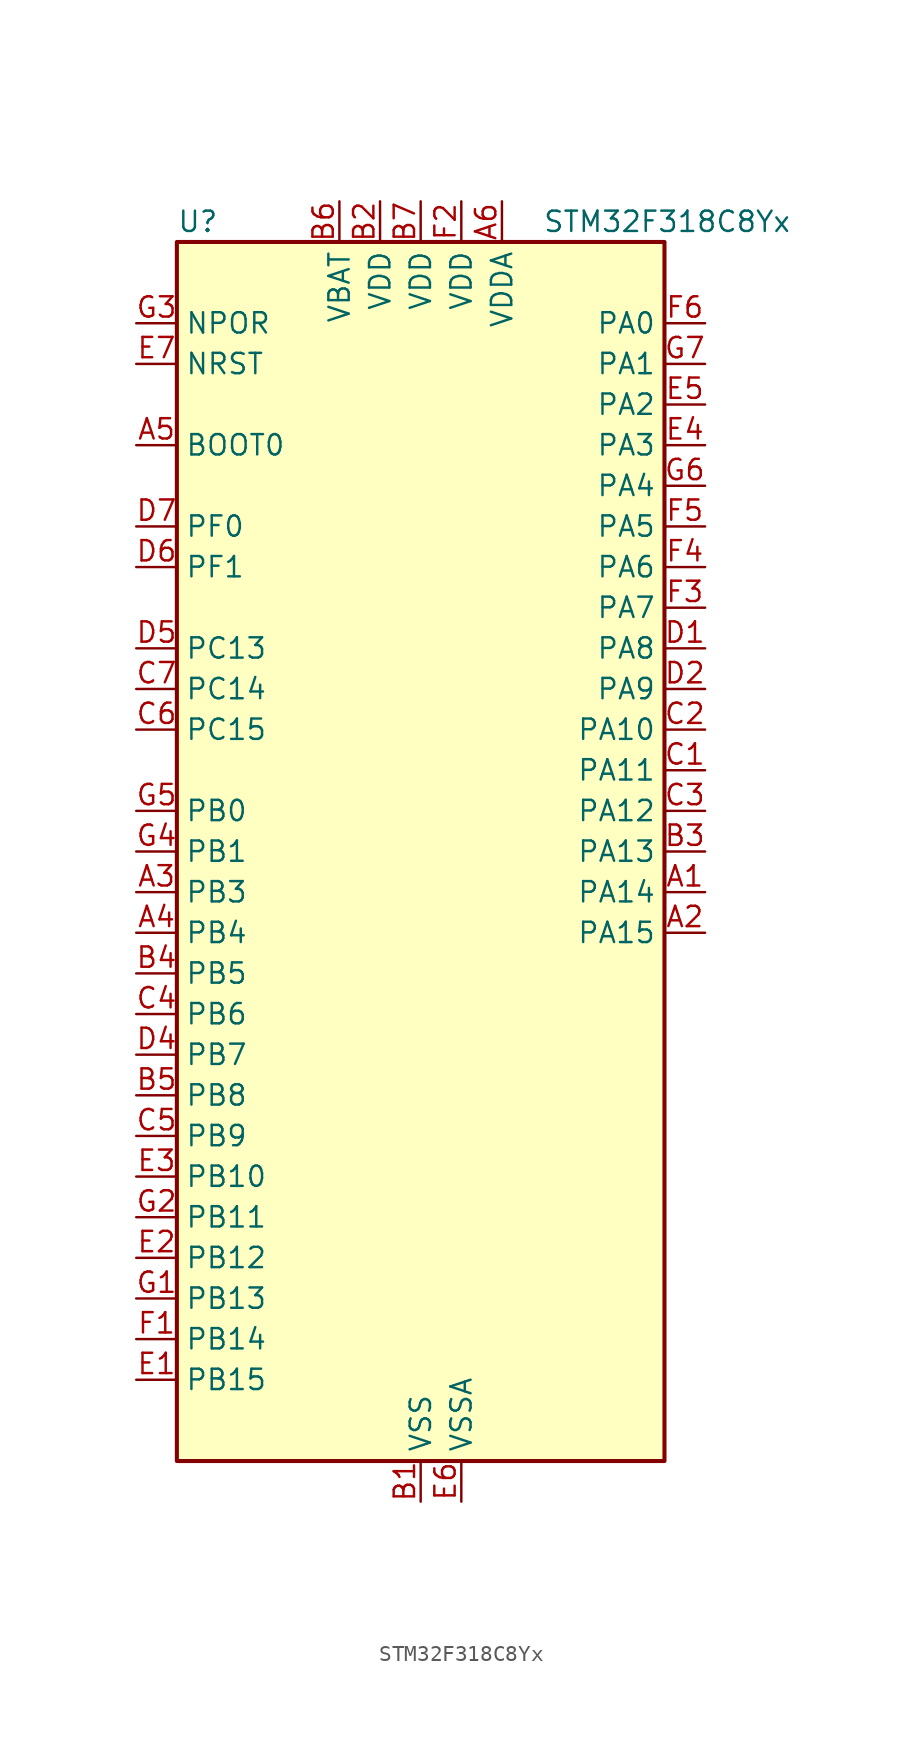
<source format=kicad_sym>
(kicad_symbol_lib
  (version 20241209)
  (generator "kicad_symbol_editor")
  (generator_version "9.0")
  (symbol "STM32F318C8Yx"
    (property "Reference" "U"
      (at -15.24 39.37 0)
      (effects (font (size 1.27 1.27)) (justify left)))
    (property "Value" "STM32F318C8Yx"
      (at 7.62 39.37 0)
      (effects (font (size 1.27 1.27)) (justify left)))
    (symbol "STM32F318C8Yx_0_1"
      (rectangle (start -15.24 -38.1) (end 15.24 38.1) (stroke (width 0.254) (type default)) (fill (type background))))
    (symbol "STM32F318C8Yx_1_1"
      (pin input line (at -17.78 33.02 0) (length 2.54) (name "NPOR" (effects (font (size 1.27 1.27)))) (number "G3" (effects (font (size 1.27 1.27)))))
      (pin input line (at -17.78 30.48 0) (length 2.54) (name "NRST" (effects (font (size 1.27 1.27)))) (number "E7" (effects (font (size 1.27 1.27)))))
      (pin input line (at -17.78 25.4 0) (length 2.54) (name "BOOT0" (effects (font (size 1.27 1.27)))) (number "A5" (effects (font (size 1.27 1.27)))))
      (pin bidirectional line (at -17.78 20.32 0) (length 2.54) (name "PF0" (effects (font (size 1.27 1.27)))) (number "D7" (effects (font (size 1.27 1.27)))) (alternate "I2C2_SDA" bidirectional line) (alternate "I2S2_WS" bidirectional line) (alternate "RCC_OSC_IN" bidirectional line) (alternate "SPI2_NSS" bidirectional line) (alternate "TIM1_CH3N" bidirectional line))
      (pin bidirectional line (at -17.78 17.78 0) (length 2.54) (name "PF1" (effects (font (size 1.27 1.27)))) (number "D6" (effects (font (size 1.27 1.27)))) (alternate "I2C2_SCL" bidirectional line) (alternate "I2S2_CK" bidirectional line) (alternate "RCC_OSC_OUT" bidirectional line) (alternate "SPI2_SCK" bidirectional line))
      (pin bidirectional line (at -17.78 12.7 0) (length 2.54) (name "PC13" (effects (font (size 1.27 1.27)))) (number "D5" (effects (font (size 1.27 1.27)))) (alternate "RTC_OUT_ALARM" bidirectional line) (alternate "RTC_OUT_CALIB" bidirectional line) (alternate "RTC_TAMP1" bidirectional line) (alternate "RTC_TS" bidirectional line) (alternate "SYS_WKUP2" bidirectional line) (alternate "TIM1_CH1N" bidirectional line))
      (pin bidirectional line (at -17.78 10.16 0) (length 2.54) (name "PC14" (effects (font (size 1.27 1.27)))) (number "C7" (effects (font (size 1.27 1.27)))) (alternate "RCC_OSC32_IN" bidirectional line))
      (pin bidirectional line (at -17.78 7.62 0) (length 2.54) (name "PC15" (effects (font (size 1.27 1.27)))) (number "C6" (effects (font (size 1.27 1.27)))) (alternate "ADC1_EXTI15" bidirectional line) (alternate "RCC_OSC32_OUT" bidirectional line))
      (pin bidirectional line (at -17.78 2.54 0) (length 2.54) (name "PB0" (effects (font (size 1.27 1.27)))) (number "G5" (effects (font (size 1.27 1.27)))) (alternate "ADC1_IN11" bidirectional line) (alternate "COMP4_INP" bidirectional line) (alternate "OPAMP2_VINP" bidirectional line) (alternate "OPAMP2_VINP_SEC" bidirectional line) (alternate "TIM1_CH2N" bidirectional line) (alternate "TSC_G3_IO2" bidirectional line))
      (pin bidirectional line (at -17.78 0 0) (length 2.54) (name "PB1" (effects (font (size 1.27 1.27)))) (number "G4" (effects (font (size 1.27 1.27)))) (alternate "ADC1_IN12" bidirectional line) (alternate "COMP4_OUT" bidirectional line) (alternate "TIM1_CH3N" bidirectional line) (alternate "TSC_G3_IO3" bidirectional line))
      (pin bidirectional line (at -17.78 -2.54 0) (length 2.54) (name "PB3" (effects (font (size 1.27 1.27)))) (number "A3" (effects (font (size 1.27 1.27)))) (alternate "I2S3_CK" bidirectional line) (alternate "SPI3_SCK" bidirectional line) (alternate "SYS_JTDO-TRACESWO" bidirectional line) (alternate "TIM2_CH2" bidirectional line) (alternate "TSC_G5_IO1" bidirectional line) (alternate "USART2_TX" bidirectional line))
      (pin bidirectional line (at -17.78 -5.08 0) (length 2.54) (name "PB4" (effects (font (size 1.27 1.27)))) (number "A4" (effects (font (size 1.27 1.27)))) (alternate "I2S3_ext_SD" bidirectional line) (alternate "SPI3_MISO" bidirectional line) (alternate "SYS_NJTRST" bidirectional line) (alternate "TIM16_CH1" bidirectional line) (alternate "TIM17_BKIN" bidirectional line) (alternate "TSC_G5_IO2" bidirectional line) (alternate "USART2_RX" bidirectional line))
      (pin bidirectional line (at -17.78 -7.62 0) (length 2.54) (name "PB5" (effects (font (size 1.27 1.27)))) (number "B4" (effects (font (size 1.27 1.27)))) (alternate "I2C1_SMBA" bidirectional line) (alternate "I2C3_SDA" bidirectional line) (alternate "I2S3_SD" bidirectional line) (alternate "SPI3_MOSI" bidirectional line) (alternate "TIM16_BKIN" bidirectional line) (alternate "TIM17_CH1" bidirectional line) (alternate "USART2_CK" bidirectional line))
      (pin bidirectional line (at -17.78 -10.16 0) (length 2.54) (name "PB6" (effects (font (size 1.27 1.27)))) (number "C4" (effects (font (size 1.27 1.27)))) (alternate "I2C1_SCL" bidirectional line) (alternate "TIM16_CH1N" bidirectional line) (alternate "TSC_G5_IO3" bidirectional line) (alternate "USART1_TX" bidirectional line))
      (pin bidirectional line (at -17.78 -12.7 0) (length 2.54) (name "PB7" (effects (font (size 1.27 1.27)))) (number "D4" (effects (font (size 1.27 1.27)))) (alternate "I2C1_SDA" bidirectional line) (alternate "TIM17_CH1N" bidirectional line) (alternate "TSC_G5_IO4" bidirectional line) (alternate "USART1_RX" bidirectional line))
      (pin bidirectional line (at -17.78 -15.24 0) (length 2.54) (name "PB8" (effects (font (size 1.27 1.27)))) (number "B5" (effects (font (size 1.27 1.27)))) (alternate "I2C1_SCL" bidirectional line) (alternate "TIM16_CH1" bidirectional line) (alternate "TIM1_BKIN" bidirectional line) (alternate "TSC_SYNC" bidirectional line) (alternate "USART3_RX" bidirectional line))
      (pin bidirectional line (at -17.78 -17.78 0) (length 2.54) (name "PB9" (effects (font (size 1.27 1.27)))) (number "C5" (effects (font (size 1.27 1.27)))) (alternate "COMP2_OUT" bidirectional line) (alternate "DAC_EXTI9" bidirectional line) (alternate "I2C1_SDA" bidirectional line) (alternate "IR_OUT" bidirectional line) (alternate "TIM17_CH1" bidirectional line) (alternate "USART3_TX" bidirectional line))
      (pin bidirectional line (at -17.78 -20.32 0) (length 2.54) (name "PB10" (effects (font (size 1.27 1.27)))) (number "E3" (effects (font (size 1.27 1.27)))) (alternate "TIM2_CH3" bidirectional line) (alternate "TSC_SYNC" bidirectional line) (alternate "USART3_TX" bidirectional line))
      (pin bidirectional line (at -17.78 -22.86 0) (length 2.54) (name "PB11" (effects (font (size 1.27 1.27)))) (number "G2" (effects (font (size 1.27 1.27)))) (alternate "ADC1_EXTI11" bidirectional line) (alternate "ADC1_IN14" bidirectional line) (alternate "COMP6_INP" bidirectional line) (alternate "TIM2_CH4" bidirectional line) (alternate "TSC_G6_IO1" bidirectional line) (alternate "USART3_RX" bidirectional line))
      (pin bidirectional line (at -17.78 -25.4 0) (length 2.54) (name "PB12" (effects (font (size 1.27 1.27)))) (number "E2" (effects (font (size 1.27 1.27)))) (alternate "I2C2_SMBA" bidirectional line) (alternate "I2S2_WS" bidirectional line) (alternate "SPI2_NSS" bidirectional line) (alternate "TIM1_BKIN" bidirectional line) (alternate "TSC_G6_IO2" bidirectional line) (alternate "USART3_CK" bidirectional line))
      (pin bidirectional line (at -17.78 -27.94 0) (length 2.54) (name "PB13" (effects (font (size 1.27 1.27)))) (number "G1" (effects (font (size 1.27 1.27)))) (alternate "ADC1_IN13" bidirectional line) (alternate "I2S2_CK" bidirectional line) (alternate "SPI2_SCK" bidirectional line) (alternate "TIM1_CH1N" bidirectional line) (alternate "TSC_G6_IO3" bidirectional line) (alternate "USART3_CTS" bidirectional line))
      (pin bidirectional line (at -17.78 -30.48 0) (length 2.54) (name "PB14" (effects (font (size 1.27 1.27)))) (number "F1" (effects (font (size 1.27 1.27)))) (alternate "I2S2_ext_SD" bidirectional line) (alternate "OPAMP2_VINP" bidirectional line) (alternate "OPAMP2_VINP_SEC" bidirectional line) (alternate "SPI2_MISO" bidirectional line) (alternate "TIM15_CH1" bidirectional line) (alternate "TIM1_CH2N" bidirectional line) (alternate "TSC_G6_IO4" bidirectional line) (alternate "USART3_DE" bidirectional line) (alternate "USART3_RTS" bidirectional line))
      (pin bidirectional line (at -17.78 -33.02 0) (length 2.54) (name "PB15" (effects (font (size 1.27 1.27)))) (number "E1" (effects (font (size 1.27 1.27)))) (alternate "ADC1_EXTI15" bidirectional line) (alternate "COMP6_INM" bidirectional line) (alternate "I2S2_SD" bidirectional line) (alternate "RTC_REFIN" bidirectional line) (alternate "SPI2_MOSI" bidirectional line) (alternate "TIM15_CH1N" bidirectional line) (alternate "TIM15_CH2" bidirectional line) (alternate "TIM1_CH3N" bidirectional line))
      (pin no_connect line (at -15.24 -38.1 0) (length 2.54) (hide yes) (name "NC" (effects (font (size 1.27 1.27)))) (number "A7" (effects (font (size 1.27 1.27)))))
      (pin power_in line (at -5.08 40.64 270) (length 2.54) (name "VBAT" (effects (font (size 1.27 1.27)))) (number "B6" (effects (font (size 1.27 1.27)))))
      (pin power_in line (at -2.54 40.64 270) (length 2.54) (name "VDD" (effects (font (size 1.27 1.27)))) (number "B2" (effects (font (size 1.27 1.27)))))
      (pin power_in line (at 0 40.64 270) (length 2.54) (name "VDD" (effects (font (size 1.27 1.27)))) (number "B7" (effects (font (size 1.27 1.27)))))
      (pin power_in line (at 0 -40.64 90) (length 2.54) (name "VSS" (effects (font (size 1.27 1.27)))) (number "B1" (effects (font (size 1.27 1.27)))))
      (pin passive line (at 0 -40.64 90) (length 2.54) (hide yes) (name "VSS" (effects (font (size 1.27 1.27)))) (number "D3" (effects (font (size 1.27 1.27)))))
      (pin passive line (at 0 -40.64 90) (length 2.54) (hide yes) (name "VSS" (effects (font (size 1.27 1.27)))) (number "F7" (effects (font (size 1.27 1.27)))))
      (pin power_in line (at 2.54 40.64 270) (length 2.54) (name "VDD" (effects (font (size 1.27 1.27)))) (number "F2" (effects (font (size 1.27 1.27)))))
      (pin power_in line (at 2.54 -40.64 90) (length 2.54) (name "VSSA" (effects (font (size 1.27 1.27)))) (number "E6" (effects (font (size 1.27 1.27)))))
      (pin power_in line (at 5.08 40.64 270) (length 2.54) (name "VDDA" (effects (font (size 1.27 1.27)))) (number "A6" (effects (font (size 1.27 1.27)))))
      (pin bidirectional line (at 17.78 33.02 180) (length 2.54) (name "PA0" (effects (font (size 1.27 1.27)))) (number "F6" (effects (font (size 1.27 1.27)))) (alternate "ADC1_IN1" bidirectional line) (alternate "RTC_TAMP2" bidirectional line) (alternate "SYS_WKUP1" bidirectional line) (alternate "TIM2_CH1" bidirectional line) (alternate "TIM2_ETR" bidirectional line) (alternate "TSC_G1_IO1" bidirectional line) (alternate "USART2_CTS" bidirectional line))
      (pin bidirectional line (at 17.78 30.48 180) (length 2.54) (name "PA1" (effects (font (size 1.27 1.27)))) (number "G7" (effects (font (size 1.27 1.27)))) (alternate "ADC1_IN2" bidirectional line) (alternate "RTC_REFIN" bidirectional line) (alternate "TIM15_CH1N" bidirectional line) (alternate "TIM2_CH2" bidirectional line) (alternate "TSC_G1_IO2" bidirectional line) (alternate "USART2_DE" bidirectional line) (alternate "USART2_RTS" bidirectional line))
      (pin bidirectional line (at 17.78 27.94 180) (length 2.54) (name "PA2" (effects (font (size 1.27 1.27)))) (number "E5" (effects (font (size 1.27 1.27)))) (alternate "ADC1_IN3" bidirectional line) (alternate "COMP2_INM" bidirectional line) (alternate "COMP2_OUT" bidirectional line) (alternate "TIM15_CH1" bidirectional line) (alternate "TIM2_CH3" bidirectional line) (alternate "TSC_G1_IO3" bidirectional line) (alternate "USART2_TX" bidirectional line))
      (pin bidirectional line (at 17.78 25.4 180) (length 2.54) (name "PA3" (effects (font (size 1.27 1.27)))) (number "E4" (effects (font (size 1.27 1.27)))) (alternate "ADC1_IN4" bidirectional line) (alternate "TIM15_CH2" bidirectional line) (alternate "TIM2_CH4" bidirectional line) (alternate "TSC_G1_IO4" bidirectional line) (alternate "USART2_RX" bidirectional line))
      (pin bidirectional line (at 17.78 22.86 180) (length 2.54) (name "PA4" (effects (font (size 1.27 1.27)))) (number "G6" (effects (font (size 1.27 1.27)))) (alternate "ADC1_IN5" bidirectional line) (alternate "COMP2_INM" bidirectional line) (alternate "COMP4_INM" bidirectional line) (alternate "COMP6_INM" bidirectional line) (alternate "DAC_OUT1" bidirectional line) (alternate "I2S3_WS" bidirectional line) (alternate "SPI3_NSS" bidirectional line) (alternate "TSC_G2_IO1" bidirectional line) (alternate "USART2_CK" bidirectional line))
      (pin bidirectional line (at 17.78 20.32 180) (length 2.54) (name "PA5" (effects (font (size 1.27 1.27)))) (number "F5" (effects (font (size 1.27 1.27)))) (alternate "OPAMP2_VINM" bidirectional line) (alternate "OPAMP2_VINM_SEC" bidirectional line) (alternate "TIM2_CH1" bidirectional line) (alternate "TIM2_ETR" bidirectional line) (alternate "TSC_G2_IO2" bidirectional line))
      (pin bidirectional line (at 17.78 17.78 180) (length 2.54) (name "PA6" (effects (font (size 1.27 1.27)))) (number "F4" (effects (font (size 1.27 1.27)))) (alternate "ADC1_IN10" bidirectional line) (alternate "OPAMP2_VOUT" bidirectional line) (alternate "TIM16_CH1" bidirectional line) (alternate "TIM1_BKIN" bidirectional line) (alternate "TSC_G2_IO3" bidirectional line))
      (pin bidirectional line (at 17.78 15.24 180) (length 2.54) (name "PA7" (effects (font (size 1.27 1.27)))) (number "F3" (effects (font (size 1.27 1.27)))) (alternate "ADC1_IN15" bidirectional line) (alternate "COMP2_INP" bidirectional line) (alternate "OPAMP2_VINP" bidirectional line) (alternate "OPAMP2_VINP_SEC" bidirectional line) (alternate "TIM17_CH1" bidirectional line) (alternate "TIM1_CH1N" bidirectional line) (alternate "TSC_G2_IO4" bidirectional line))
      (pin bidirectional line (at 17.78 12.7 180) (length 2.54) (name "PA8" (effects (font (size 1.27 1.27)))) (number "D1" (effects (font (size 1.27 1.27)))) (alternate "I2C2_SMBA" bidirectional line) (alternate "I2C3_SCL" bidirectional line) (alternate "I2S2_MCK" bidirectional line) (alternate "RCC_MCO" bidirectional line) (alternate "TIM1_CH1" bidirectional line) (alternate "USART1_CK" bidirectional line))
      (pin bidirectional line (at 17.78 10.16 180) (length 2.54) (name "PA9" (effects (font (size 1.27 1.27)))) (number "D2" (effects (font (size 1.27 1.27)))) (alternate "DAC_EXTI9" bidirectional line) (alternate "I2C2_SCL" bidirectional line) (alternate "I2C3_SMBA" bidirectional line) (alternate "I2S3_MCK" bidirectional line) (alternate "TIM15_BKIN" bidirectional line) (alternate "TIM1_CH2" bidirectional line) (alternate "TIM2_CH3" bidirectional line) (alternate "TSC_G4_IO1" bidirectional line) (alternate "USART1_TX" bidirectional line))
      (pin bidirectional line (at 17.78 7.62 180) (length 2.54) (name "PA10" (effects (font (size 1.27 1.27)))) (number "C2" (effects (font (size 1.27 1.27)))) (alternate "COMP6_OUT" bidirectional line) (alternate "I2C2_SDA" bidirectional line) (alternate "I2S2_ext_SD" bidirectional line) (alternate "SPI2_MISO" bidirectional line) (alternate "TIM17_BKIN" bidirectional line) (alternate "TIM1_CH3" bidirectional line) (alternate "TIM2_CH4" bidirectional line) (alternate "TSC_G4_IO2" bidirectional line) (alternate "USART1_RX" bidirectional line))
      (pin bidirectional line (at 17.78 5.08 180) (length 2.54) (name "PA11" (effects (font (size 1.27 1.27)))) (number "C1" (effects (font (size 1.27 1.27)))) (alternate "ADC1_EXTI11" bidirectional line) (alternate "I2S2_SD" bidirectional line) (alternate "SPI2_MOSI" bidirectional line) (alternate "TIM1_BKIN2" bidirectional line) (alternate "TIM1_CH1N" bidirectional line) (alternate "TIM1_CH4" bidirectional line) (alternate "USART1_CTS" bidirectional line))
      (pin bidirectional line (at 17.78 2.54 180) (length 2.54) (name "PA12" (effects (font (size 1.27 1.27)))) (number "C3" (effects (font (size 1.27 1.27)))) (alternate "COMP2_OUT" bidirectional line) (alternate "I2S_CKIN" bidirectional line) (alternate "TIM16_CH1" bidirectional line) (alternate "TIM1_CH2N" bidirectional line) (alternate "TIM1_ETR" bidirectional line) (alternate "USART1_DE" bidirectional line) (alternate "USART1_RTS" bidirectional line))
      (pin bidirectional line (at 17.78 0 180) (length 2.54) (name "PA13" (effects (font (size 1.27 1.27)))) (number "B3" (effects (font (size 1.27 1.27)))) (alternate "IR_OUT" bidirectional line) (alternate "SYS_JTMS-SWDIO" bidirectional line) (alternate "TIM16_CH1N" bidirectional line) (alternate "TSC_G4_IO3" bidirectional line) (alternate "USART3_CTS" bidirectional line))
      (pin bidirectional line (at 17.78 -2.54 180) (length 2.54) (name "PA14" (effects (font (size 1.27 1.27)))) (number "A1" (effects (font (size 1.27 1.27)))) (alternate "I2C1_SDA" bidirectional line) (alternate "SYS_JTCK-SWCLK" bidirectional line) (alternate "TIM1_BKIN" bidirectional line) (alternate "TSC_G4_IO4" bidirectional line) (alternate "USART2_TX" bidirectional line))
      (pin bidirectional line (at 17.78 -5.08 180) (length 2.54) (name "PA15" (effects (font (size 1.27 1.27)))) (number "A2" (effects (font (size 1.27 1.27)))) (alternate "ADC1_EXTI15" bidirectional line) (alternate "I2C1_SCL" bidirectional line) (alternate "I2S3_WS" bidirectional line) (alternate "SPI3_NSS" bidirectional line) (alternate "SYS_JTDI" bidirectional line) (alternate "TIM1_BKIN" bidirectional line) (alternate "TIM2_CH1" bidirectional line) (alternate "TIM2_ETR" bidirectional line) (alternate "TSC_SYNC" bidirectional line) (alternate "USART2_RX" bidirectional line)))))
</source>
